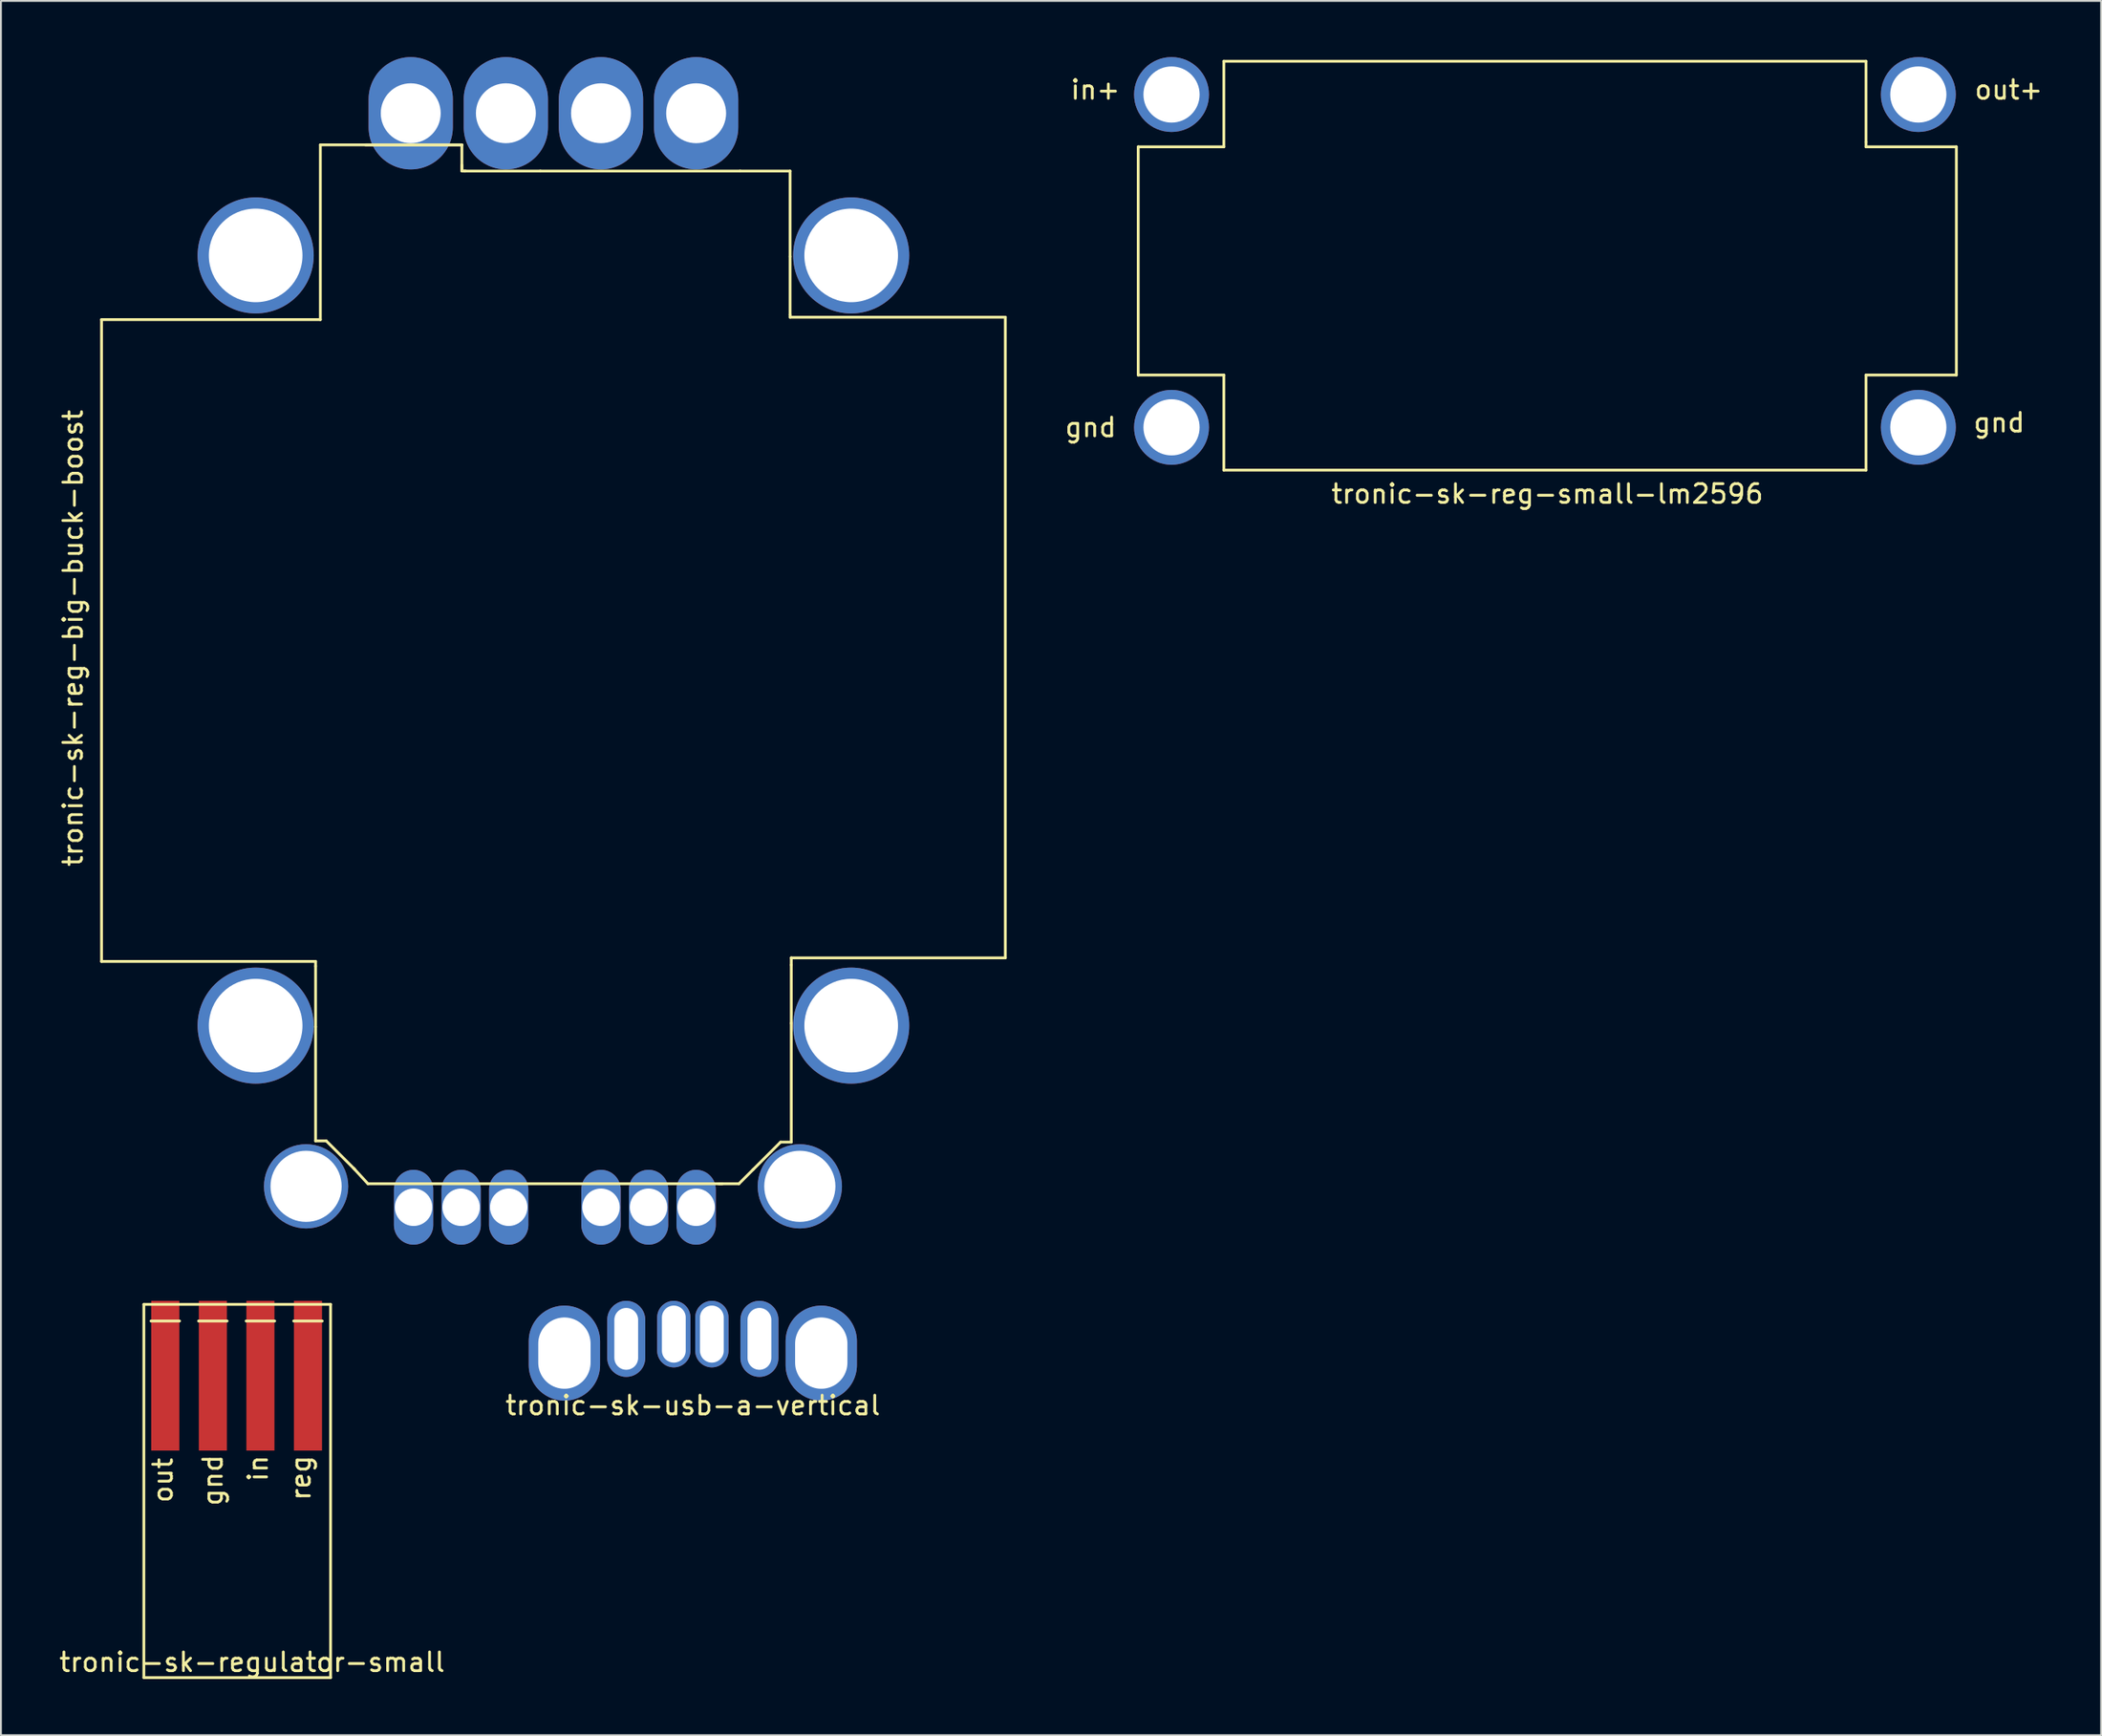
<source format=kicad_pcb>
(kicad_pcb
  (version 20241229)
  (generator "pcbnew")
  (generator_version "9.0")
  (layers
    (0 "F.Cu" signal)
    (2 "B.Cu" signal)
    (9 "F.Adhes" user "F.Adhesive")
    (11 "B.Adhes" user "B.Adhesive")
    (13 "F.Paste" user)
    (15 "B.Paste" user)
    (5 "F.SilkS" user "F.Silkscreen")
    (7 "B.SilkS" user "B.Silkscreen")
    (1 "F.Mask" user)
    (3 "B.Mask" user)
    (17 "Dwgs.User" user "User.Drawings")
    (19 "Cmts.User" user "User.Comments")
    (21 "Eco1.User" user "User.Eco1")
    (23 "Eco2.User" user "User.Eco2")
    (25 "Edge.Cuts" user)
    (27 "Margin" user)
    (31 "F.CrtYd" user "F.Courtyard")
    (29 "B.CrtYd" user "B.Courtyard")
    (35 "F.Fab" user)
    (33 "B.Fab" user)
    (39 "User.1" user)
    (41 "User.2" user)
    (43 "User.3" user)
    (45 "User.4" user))
  (footprint "tronic-sk-reg-small-lm2596"
    (layer "F.Cu")
    (at 79.573 11.144)
    (property "Reference" "tronic-sk-reg-small-lm2596" (at 0 12.192 0) (layer "F.SilkS") (effects (font (size 1 1) (thickness 0.15))))
    (attr through_hole)
    (fp_line (start -21.844 -6.35) (end -17.272 -6.35) (stroke (width 0.15) (type solid)) (layer "F.SilkS"))
    (fp_line (start -21.844 5.842) (end -21.844 -6.35) (stroke (width 0.15) (type solid)) (layer "F.SilkS"))
    (fp_line (start -17.272 -10.922) (end 17.018 -10.922) (stroke (width 0.15) (type solid)) (layer "F.SilkS"))
    (fp_line (start -17.272 -6.35) (end -17.272 -10.922) (stroke (width 0.15) (type solid)) (layer "F.SilkS"))
    (fp_line (start -17.272 5.842) (end -21.844 5.842) (stroke (width 0.15) (type solid)) (layer "F.SilkS"))
    (fp_line (start -17.272 10.922) (end -17.272 5.842) (stroke (width 0.15) (type solid)) (layer "F.SilkS"))
    (fp_line (start 17.018 -10.922) (end 17.018 -6.604) (stroke (width 0.15) (type solid)) (layer "F.SilkS"))
    (fp_line (start 17.018 -6.604) (end 17.018 -6.35) (stroke (width 0.15) (type solid)) (layer "F.SilkS"))
    (fp_line (start 17.018 -6.35) (end 21.844 -6.35) (stroke (width 0.15) (type solid)) (layer "F.SilkS"))
    (fp_line (start 17.018 5.842) (end 17.018 10.922) (stroke (width 0.15) (type solid)) (layer "F.SilkS"))
    (fp_line (start 17.018 10.922) (end -17.272 10.922) (stroke (width 0.15) (type solid)) (layer "F.SilkS"))
    (fp_line (start 21.844 5.842) (end 17.018 5.842) (stroke (width 0.15) (type solid)) (layer "F.SilkS"))
    (fp_line (start 21.844 5.842) (end 21.844 -6.35) (stroke (width 0.15) (type solid)) (layer "F.SilkS"))
    (fp_text user "in+" (at -24.13 -9.398 0) (layer "F.SilkS") (effects (font (size 1 1) (thickness 0.15))))
    (fp_text user "out+" (at 24.638 -9.398 0) (layer "F.SilkS") (effects (font (size 1 1) (thickness 0.15))))
    (fp_text user "gnd" (at 24.13 8.382 0) (layer "F.SilkS") (effects (font (size 1 1) (thickness 0.15))))
    (fp_text user "gnd" (at -24.384 8.636 0) (layer "F.SilkS") (effects (font (size 1 1) (thickness 0.15))))
    (pad "1" thru_hole circle (at -20.066 -9.144) (size 4 4) (drill 3) (layers "*.Cu" "*.Mask"))
    (pad "2" thru_hole circle (at -20.066 8.636) (size 4 4) (drill 3) (layers "*.Cu" "*.Mask"))
    (pad "3" thru_hole circle (at 19.812 -9.144) (size 4 4) (drill 3) (layers "*.Cu" "*.Mask"))
    (pad "4" thru_hole circle (at 19.812 8.636) (size 4 4) (drill 3) (layers "*.Cu" "*.Mask")))
  (footprint "tronic-sk-reg-big-buck-boost"
    (layer "F.Cu")
    (at 26.502 31.169)
    (property "Reference" "tronic-sk-reg-big-buck-boost" (at -25.654 -0.127 90) (layer "F.SilkS") (effects (font (size 1 1) (thickness 0.15))))
    (attr through_hole)
    (fp_line (start -24.13 -17.145) (end -12.446 -17.145) (stroke (width 0.15) (type solid)) (layer "F.SilkS"))
    (fp_line (start -24.13 17.145) (end -24.13 -17.145) (stroke (width 0.15) (type solid)) (layer "F.SilkS"))
    (fp_line (start -12.7 17.145) (end -24.13 17.145) (stroke (width 0.15) (type solid)) (layer "F.SilkS"))
    (fp_line (start -12.7 17.399) (end -12.7 17.145) (stroke (width 0.15) (type solid)) (layer "F.SilkS"))
    (fp_line (start -12.7 20.637) (end -12.7 17.399) (stroke (width 0.15) (type solid)) (layer "F.SilkS"))
    (fp_line (start -12.7 20.637) (end -12.7 26.733) (stroke (width 0.15) (type solid)) (layer "F.SilkS"))
    (fp_line (start -12.7 26.733) (end -12.129 26.733) (stroke (width 0.15) (type solid)) (layer "F.SilkS"))
    (fp_line (start -12.446 -26.48) (end -4.889 -26.48) (stroke (width 0.15) (type solid)) (layer "F.SilkS"))
    (fp_line (start -12.446 -17.145) (end -12.446 -26.48) (stroke (width 0.15) (type solid)) (layer "F.SilkS"))
    (fp_line (start -10.668 28.194) (end -9.906 29.02) (stroke (width 0.15) (type solid)) (layer "F.SilkS"))
    (fp_line (start -10.604 28.258) (end -12.129 26.733) (stroke (width 0.15) (type solid)) (layer "F.SilkS"))
    (fp_line (start -9.906 29.02) (end 9.017 29.02) (stroke (width 0.15) (type solid)) (layer "F.SilkS"))
    (fp_line (start -4.889 -26.48) (end -10.033 -26.48) (stroke (width 0.15) (type solid)) (layer "F.SilkS"))
    (fp_line (start -4.889 -25.146) (end -4.889 -26.48) (stroke (width 0.15) (type solid)) (layer "F.SilkS"))
    (fp_line (start -4.889 -25.082) (end -4.889 -25.4) (stroke (width 0.15) (type solid)) (layer "F.SilkS"))
    (fp_line (start -4.763 -25.082) (end -0.699 -25.082) (stroke (width 0.15) (type solid)) (layer "F.SilkS"))
    (fp_line (start -4.699 -25.082) (end -4.889 -25.082) (stroke (width 0.15) (type solid)) (layer "F.SilkS"))
    (fp_line (start -0.699 -25.082) (end 9.97 -25.082) (stroke (width 0.15) (type solid)) (layer "F.SilkS"))
    (fp_line (start 9.906 29.02) (end 8.826 29.02) (stroke (width 0.15) (type solid)) (layer "F.SilkS"))
    (fp_line (start 10.668 28.258) (end 9.906 29.02) (stroke (width 0.15) (type solid)) (layer "F.SilkS"))
    (fp_line (start 10.668 28.258) (end 12.129 26.797) (stroke (width 0.15) (type solid)) (layer "F.SilkS"))
    (fp_line (start 12.636 -25.082) (end 9.97 -25.082) (stroke (width 0.15) (type solid)) (layer "F.SilkS"))
    (fp_line (start 12.636 -20.511) (end 12.636 -25.082) (stroke (width 0.15) (type solid)) (layer "F.SilkS"))
    (fp_line (start 12.636 -20.511) (end 12.636 -17.399) (stroke (width 0.15) (type solid)) (layer "F.SilkS"))
    (fp_line (start 12.636 -17.399) (end 12.636 -17.272) (stroke (width 0.15) (type solid)) (layer "F.SilkS"))
    (fp_line (start 12.636 -17.272) (end 24.13 -17.272) (stroke (width 0.15) (type solid)) (layer "F.SilkS"))
    (fp_line (start 12.7 16.954) (end 24.13 16.954) (stroke (width 0.15) (type solid)) (layer "F.SilkS"))
    (fp_line (start 12.7 17.335) (end 12.7 16.954) (stroke (width 0.15) (type solid)) (layer "F.SilkS"))
    (fp_line (start 12.7 20.447) (end 12.7 17.335) (stroke (width 0.15) (type solid)) (layer "F.SilkS"))
    (fp_line (start 12.7 20.447) (end 12.7 26.797) (stroke (width 0.15) (type solid)) (layer "F.SilkS"))
    (fp_line (start 12.7 26.797) (end 12.129 26.797) (stroke (width 0.15) (type solid)) (layer "F.SilkS"))
    (fp_line (start 24.13 -17.272) (end 24.13 16.954) (stroke (width 0.15) (type solid)) (layer "F.SilkS"))
    (pad "0" thru_hole circle (at -15.9 -20.574) (size 6.2 6.2) (drill 5) (layers "*.Cu" "*.Mask"))
    (pad "0" thru_hole circle (at -15.9 20.574) (size 6.2 6.2) (drill 5) (layers "*.Cu" "*.Mask"))
    (pad "0" thru_hole circle (at -13.208 29.159) (size 4.5 4.5) (drill 3.8) (layers "*.Cu" "*.Mask"))
    (pad "0" thru_hole circle (at 13.157 29.159) (size 4.5 4.5) (drill 3.8) (layers "*.Cu" "*.Mask"))
    (pad "0" thru_hole circle (at 15.9 -20.574) (size 6.2 6.2) (drill 5) (layers "*.Cu" "*.Mask"))
    (pad "0" thru_hole circle (at 15.9 20.574) (size 6.2 6.2) (drill 5) (layers "*.Cu" "*.Mask"))
    (pad "1" thru_hole oval (at -7.62 -28.169) (size 4.5 6) (drill 3.2) (layers "*.Cu" "*.Mask"))
    (pad "2" thru_hole oval (at -2.54 -28.169) (size 4.5 6) (drill 3.2) (layers "*.Cu" "*.Mask"))
    (pad "3" thru_hole oval (at 2.54 -28.169) (size 4.5 6) (drill 3.2) (layers "*.Cu" "*.Mask"))
    (pad "4" thru_hole oval (at 7.62 -28.169) (size 4.5 6) (drill 3.2) (layers "*.Cu" "*.Mask"))
    (pad "5" thru_hole oval (at -7.468 30.277) (size 2.1 4) (drill 2) (layers "*.Cu" "*.Mask"))
    (pad "6" thru_hole oval (at -4.928 30.277) (size 2.1 4) (drill 2) (layers "*.Cu" "*.Mask"))
    (pad "7" thru_hole oval (at -2.388 30.277) (size 2.1 4) (drill 2) (layers "*.Cu" "*.Mask"))
    (pad "8" thru_hole oval (at 2.54 30.277) (size 2.1 4) (drill 2) (layers "*.Cu" "*.Mask"))
    (pad "9" thru_hole oval (at 5.08 30.277) (size 2.1 4) (drill 2) (layers "*.Cu" "*.Mask"))
    (pad "10" thru_hole oval (at 7.62 30.277) (size 2.1 4) (drill 2) (layers "*.Cu" "*.Mask")))
  (footprint "tronic-sk-usb-a-vertical"
    (layer "F.Cu")
    (at 30.39 69.239)
    (property "Reference" "tronic-sk-usb-a-vertical" (at 3.556 2.794 0) (layer "F.SilkS") (effects (font (size 1 1) (thickness 0.15))))
    (attr through_hole)
    (pad "1" thru_hole oval (at 0 -0.762) (size 2.032 4.064) (drill oval 1.27 3.302) (layers "*.Cu" "*.Mask"))
    (pad "2" thru_hole oval (at 2.54 -1.016) (size 1.778 3.556) (drill oval 1.27 3.048) (layers "*.Cu" "*.Mask"))
    (pad "3" thru_hole oval (at 4.572 -1.016) (size 1.778 3.556) (drill oval 1.27 3.048) (layers "*.Cu" "*.Mask"))
    (pad "4" thru_hole oval (at 7.112 -0.762) (size 2.032 4.064) (drill oval 1.27 3.302) (layers "*.Cu" "*.Mask"))
    (pad "5" thru_hole oval (at -3.302 0) (size 3.81 5.08) (drill oval 2.794 3.81) (layers "*.Cu" "*.Mask"))
    (pad "5" thru_hole oval (at 10.414 0) (size 3.81 5.08) (drill oval 2.794 3.81) (layers "*.Cu" "*.Mask")))
  (footprint "tronic-sk-regulator-small"
    (layer "F.Cu")
    (at 9.839 76.668)
    (property "Reference" "tronic-sk-regulator-small" (at 0.572 9.081 0) (layer "F.SilkS") (effects (font (size 1 1) (thickness 0.15))))
    (attr through_hole)
    (fp_line (start -5.207 -10.033) (end 4.763 -10.033) (stroke (width 0.15) (type solid)) (layer "F.SilkS"))
    (fp_line (start -5.207 9.906) (end -5.207 -10.033) (stroke (width 0.15) (type solid)) (layer "F.SilkS"))
    (fp_line (start -4.826 -9.144) (end -3.302 -9.144) (stroke (width 0.15) (type solid)) (layer "F.SilkS"))
    (fp_line (start -2.286 -9.144) (end -0.762 -9.144) (stroke (width 0.15) (type solid)) (layer "F.SilkS"))
    (fp_line (start 0.254 -9.144) (end 1.778 -9.144) (stroke (width 0.15) (type solid)) (layer "F.SilkS"))
    (fp_line (start 2.794 -9.144) (end 4.318 -9.144) (stroke (width 0.15) (type solid)) (layer "F.SilkS"))
    (fp_line (start 4.763 -10.033) (end 4.763 9.906) (stroke (width 0.15) (type solid)) (layer "F.SilkS"))
    (fp_line (start 4.763 9.906) (end -5.207 9.906) (stroke (width 0.15) (type solid)) (layer "F.SilkS"))
    (fp_text user "gnd" (at -1.524 -0.635 90) (layer "F.SilkS") (effects (font (size 1 1) (thickness 0.15))))
    (fp_text user "out" (at -4.191 -0.635 90) (layer "F.SilkS") (effects (font (size 1 1) (thickness 0.15))))
    (fp_text user "reg" (at 3.175 -0.762 90) (layer "F.SilkS") (effects (font (size 1 1) (thickness 0.15))))
    (fp_text user "in" (at 0.889 -1.27 90) (layer "F.SilkS") (effects (font (size 1 1) (thickness 0.15))))
    (pad "1" smd rect (at -4.064 -6.223) (size 1.5 8) (layers "F.Cu" "F.Mask" "F.Paste"))
    (pad "2" smd rect (at -1.524 -6.223) (size 1.5 8) (layers "F.Cu" "F.Mask" "F.Paste"))
    (pad "3" smd rect (at 1.016 -6.223) (size 1.5 8) (layers "F.Cu" "F.Mask" "F.Paste"))
    (pad "4" smd rect (at 3.556 -6.223) (size 1.5 8) (layers "F.Cu" "F.Mask" "F.Paste")))
  (gr_rect
    (start -3 -3)
    (end 109.146 89.649)
    (stroke (width 0.1) (type default))
    (fill no)
    (layer "Edge.Cuts")))
</source>
